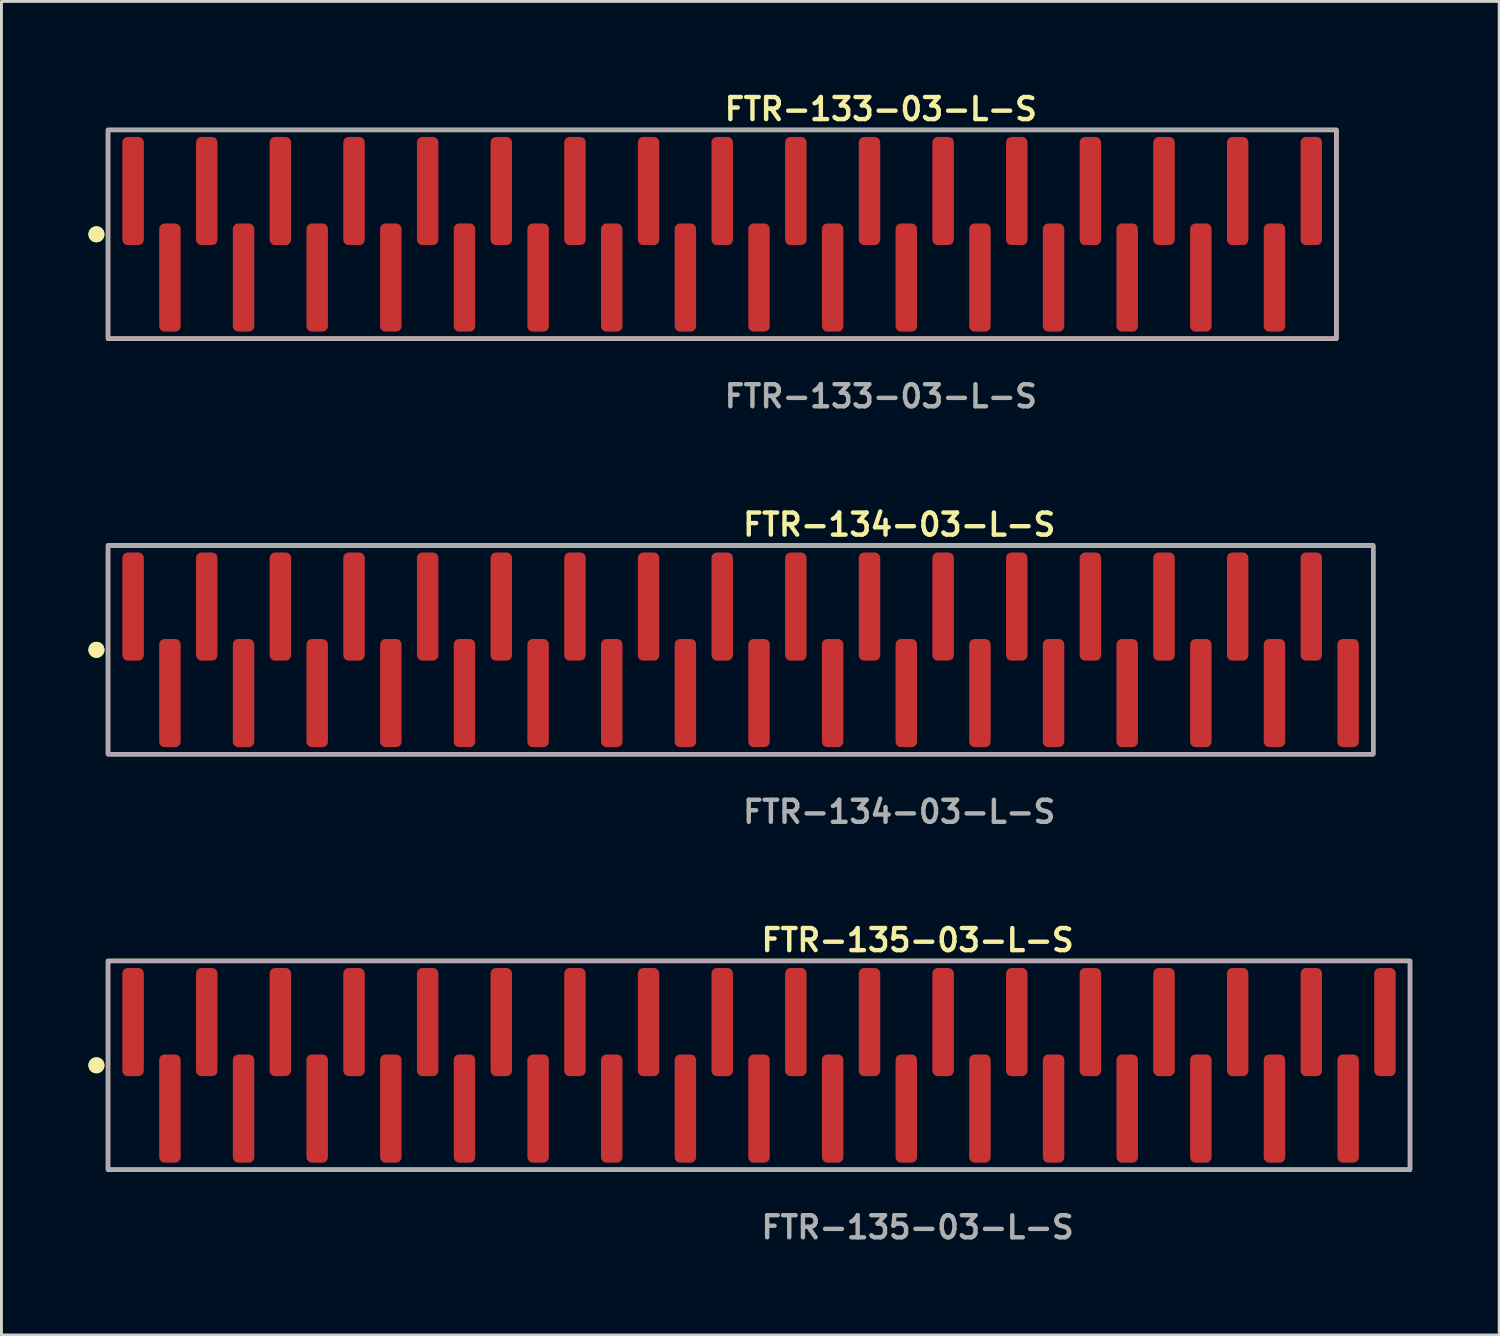
<source format=kicad_pcb>
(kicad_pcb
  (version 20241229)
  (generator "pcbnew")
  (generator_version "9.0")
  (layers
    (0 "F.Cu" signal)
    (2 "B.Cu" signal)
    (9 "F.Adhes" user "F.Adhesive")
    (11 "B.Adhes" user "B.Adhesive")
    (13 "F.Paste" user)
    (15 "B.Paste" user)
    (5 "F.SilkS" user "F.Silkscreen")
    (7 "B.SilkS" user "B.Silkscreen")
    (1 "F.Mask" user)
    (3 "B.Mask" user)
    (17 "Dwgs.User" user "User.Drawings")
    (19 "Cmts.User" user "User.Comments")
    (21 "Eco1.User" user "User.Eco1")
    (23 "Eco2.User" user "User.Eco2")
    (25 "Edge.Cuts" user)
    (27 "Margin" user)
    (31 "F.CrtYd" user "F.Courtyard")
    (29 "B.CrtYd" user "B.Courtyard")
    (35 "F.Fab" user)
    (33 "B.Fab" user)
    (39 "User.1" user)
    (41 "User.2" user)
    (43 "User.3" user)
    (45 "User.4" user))
  (footprint "FTR-135-03-L-S"
    (layer "F.Cu")
    (at 23.131 33.696)
    (property "Reference" "FTR-135-03-L-S" (at 0 -4.318 0) (unlocked yes) (layer "F.SilkS") (effects (font (size 0.762 0.762) (thickness 0.152)) (justify left)))
    (fp_rect (start -22.455 3.6) (end 22.455 -3.6) (stroke (width 0.152) (type solid)) (fill no) (layer "F.SilkS"))
    (fp_circle (center -22.855 0) (end -23.055 0) (stroke (width 0.152) (type solid)) (fill yes) (layer "F.SilkS"))
    (fp_circle (center -22.855 0) (end -23.055 0) (stroke (width 0.152) (type solid)) (fill yes) (layer "F.SilkS"))
    (fp_rect (start -22.455 3.6) (end 22.455 -3.6) (stroke (width 0.006) (type solid)) (fill no) (layer "F.CrtYd"))
    (fp_rect (start -22.455 3.6) (end 22.455 -3.6) (stroke (width 0.152) (type solid)) (fill no) (layer "F.Fab"))
    (fp_text user "${REFERENCE}" (at 0 5.588 0) (unlocked yes) (layer "F.Fab") (effects (font (size 0.762 0.762) (thickness 0.152)) (justify left)))
    (pad "1" smd roundrect (at -21.59 -1.492) (size 0.74 3.73) (layers "F.Cu" "F.Paste") (roundrect_rratio 0.25))
    (pad "2" smd roundrect (at -20.32 1.492) (size 0.74 3.73) (layers "F.Cu" "F.Paste") (roundrect_rratio 0.25))
    (pad "3" smd roundrect (at -19.05 -1.492) (size 0.74 3.73) (layers "F.Cu" "F.Paste") (roundrect_rratio 0.25))
    (pad "4" smd roundrect (at -17.78 1.492) (size 0.74 3.73) (layers "F.Cu" "F.Paste") (roundrect_rratio 0.25))
    (pad "5" smd roundrect (at -16.51 -1.492) (size 0.74 3.73) (layers "F.Cu" "F.Paste") (roundrect_rratio 0.25))
    (pad "6" smd roundrect (at -15.24 1.492) (size 0.74 3.73) (layers "F.Cu" "F.Paste") (roundrect_rratio 0.25))
    (pad "7" smd roundrect (at -13.97 -1.492) (size 0.74 3.73) (layers "F.Cu" "F.Paste") (roundrect_rratio 0.25))
    (pad "8" smd roundrect (at -12.7 1.492) (size 0.74 3.73) (layers "F.Cu" "F.Paste") (roundrect_rratio 0.25))
    (pad "9" smd roundrect (at -11.43 -1.492) (size 0.74 3.73) (layers "F.Cu" "F.Paste") (roundrect_rratio 0.25))
    (pad "10" smd roundrect (at -10.16 1.492) (size 0.74 3.73) (layers "F.Cu" "F.Paste") (roundrect_rratio 0.25))
    (pad "11" smd roundrect (at -8.89 -1.492) (size 0.74 3.73) (layers "F.Cu" "F.Paste") (roundrect_rratio 0.25))
    (pad "12" smd roundrect (at -7.62 1.492) (size 0.74 3.73) (layers "F.Cu" "F.Paste") (roundrect_rratio 0.25))
    (pad "13" smd roundrect (at -6.35 -1.492) (size 0.74 3.73) (layers "F.Cu" "F.Paste") (roundrect_rratio 0.25))
    (pad "14" smd roundrect (at -5.08 1.492) (size 0.74 3.73) (layers "F.Cu" "F.Paste") (roundrect_rratio 0.25))
    (pad "15" smd roundrect (at -3.81 -1.492) (size 0.74 3.73) (layers "F.Cu" "F.Paste") (roundrect_rratio 0.25))
    (pad "16" smd roundrect (at -2.54 1.492) (size 0.74 3.73) (layers "F.Cu" "F.Paste") (roundrect_rratio 0.25))
    (pad "17" smd roundrect (at -1.27 -1.492) (size 0.74 3.73) (layers "F.Cu" "F.Paste") (roundrect_rratio 0.25))
    (pad "18" smd roundrect (at 0 1.492) (size 0.74 3.73) (layers "F.Cu" "F.Paste") (roundrect_rratio 0.25))
    (pad "19" smd roundrect (at 1.27 -1.492) (size 0.74 3.73) (layers "F.Cu" "F.Paste") (roundrect_rratio 0.25))
    (pad "20" smd roundrect (at 2.54 1.492) (size 0.74 3.73) (layers "F.Cu" "F.Paste") (roundrect_rratio 0.25))
    (pad "21" smd roundrect (at 3.81 -1.492) (size 0.74 3.73) (layers "F.Cu" "F.Paste") (roundrect_rratio 0.25))
    (pad "22" smd roundrect (at 5.08 1.492) (size 0.74 3.73) (layers "F.Cu" "F.Paste") (roundrect_rratio 0.25))
    (pad "23" smd roundrect (at 6.35 -1.492) (size 0.74 3.73) (layers "F.Cu" "F.Paste") (roundrect_rratio 0.25))
    (pad "24" smd roundrect (at 7.62 1.492) (size 0.74 3.73) (layers "F.Cu" "F.Paste") (roundrect_rratio 0.25))
    (pad "25" smd roundrect (at 8.89 -1.492) (size 0.74 3.73) (layers "F.Cu" "F.Paste") (roundrect_rratio 0.25))
    (pad "26" smd roundrect (at 10.16 1.492) (size 0.74 3.73) (layers "F.Cu" "F.Paste") (roundrect_rratio 0.25))
    (pad "27" smd roundrect (at 11.43 -1.492) (size 0.74 3.73) (layers "F.Cu" "F.Paste") (roundrect_rratio 0.25))
    (pad "28" smd roundrect (at 12.7 1.492) (size 0.74 3.73) (layers "F.Cu" "F.Paste") (roundrect_rratio 0.25))
    (pad "29" smd roundrect (at 13.97 -1.492) (size 0.74 3.73) (layers "F.Cu" "F.Paste") (roundrect_rratio 0.25))
    (pad "30" smd roundrect (at 15.24 1.492) (size 0.74 3.73) (layers "F.Cu" "F.Paste") (roundrect_rratio 0.25))
    (pad "31" smd roundrect (at 16.51 -1.492) (size 0.74 3.73) (layers "F.Cu" "F.Paste") (roundrect_rratio 0.25))
    (pad "32" smd roundrect (at 17.78 1.492) (size 0.74 3.73) (layers "F.Cu" "F.Paste") (roundrect_rratio 0.25))
    (pad "33" smd roundrect (at 19.05 -1.492) (size 0.74 3.73) (layers "F.Cu" "F.Paste") (roundrect_rratio 0.25))
    (pad "34" smd roundrect (at 20.32 1.492) (size 0.74 3.73) (layers "F.Cu" "F.Paste") (roundrect_rratio 0.25))
    (pad "35" smd roundrect (at 21.59 -1.492) (size 0.74 3.73) (layers "F.Cu" "F.Paste") (roundrect_rratio 0.25)))
  (footprint "FTR-134-03-L-S"
    (layer "F.Cu")
    (at 22.496 19.364)
    (property "Reference" "FTR-134-03-L-S" (at 0 -4.318 0) (unlocked yes) (layer "F.SilkS") (effects (font (size 0.762 0.762) (thickness 0.152)) (justify left)))
    (fp_rect (start -21.82 3.6) (end 21.82 -3.6) (stroke (width 0.152) (type solid)) (fill no) (layer "F.SilkS"))
    (fp_circle (center -22.22 0) (end -22.42 0) (stroke (width 0.152) (type solid)) (fill yes) (layer "F.SilkS"))
    (fp_circle (center -22.22 0) (end -22.42 0) (stroke (width 0.152) (type solid)) (fill yes) (layer "F.SilkS"))
    (fp_rect (start -21.82 3.6) (end 21.82 -3.6) (stroke (width 0.006) (type solid)) (fill no) (layer "F.CrtYd"))
    (fp_rect (start -21.82 3.6) (end 21.82 -3.6) (stroke (width 0.152) (type solid)) (fill no) (layer "F.Fab"))
    (fp_text user "${REFERENCE}" (at 0 5.588 0) (unlocked yes) (layer "F.Fab") (effects (font (size 0.762 0.762) (thickness 0.152)) (justify left)))
    (pad "1" smd roundrect (at -20.955 -1.492) (size 0.74 3.73) (layers "F.Cu" "F.Paste") (roundrect_rratio 0.25))
    (pad "2" smd roundrect (at -19.685 1.492) (size 0.74 3.73) (layers "F.Cu" "F.Paste") (roundrect_rratio 0.25))
    (pad "3" smd roundrect (at -18.415 -1.492) (size 0.74 3.73) (layers "F.Cu" "F.Paste") (roundrect_rratio 0.25))
    (pad "4" smd roundrect (at -17.145 1.492) (size 0.74 3.73) (layers "F.Cu" "F.Paste") (roundrect_rratio 0.25))
    (pad "5" smd roundrect (at -15.875 -1.492) (size 0.74 3.73) (layers "F.Cu" "F.Paste") (roundrect_rratio 0.25))
    (pad "6" smd roundrect (at -14.605 1.492) (size 0.74 3.73) (layers "F.Cu" "F.Paste") (roundrect_rratio 0.25))
    (pad "7" smd roundrect (at -13.335 -1.492) (size 0.74 3.73) (layers "F.Cu" "F.Paste") (roundrect_rratio 0.25))
    (pad "8" smd roundrect (at -12.065 1.492) (size 0.74 3.73) (layers "F.Cu" "F.Paste") (roundrect_rratio 0.25))
    (pad "9" smd roundrect (at -10.795 -1.492) (size 0.74 3.73) (layers "F.Cu" "F.Paste") (roundrect_rratio 0.25))
    (pad "10" smd roundrect (at -9.525 1.492) (size 0.74 3.73) (layers "F.Cu" "F.Paste") (roundrect_rratio 0.25))
    (pad "11" smd roundrect (at -8.255 -1.492) (size 0.74 3.73) (layers "F.Cu" "F.Paste") (roundrect_rratio 0.25))
    (pad "12" smd roundrect (at -6.985 1.492) (size 0.74 3.73) (layers "F.Cu" "F.Paste") (roundrect_rratio 0.25))
    (pad "13" smd roundrect (at -5.715 -1.492) (size 0.74 3.73) (layers "F.Cu" "F.Paste") (roundrect_rratio 0.25))
    (pad "14" smd roundrect (at -4.445 1.492) (size 0.74 3.73) (layers "F.Cu" "F.Paste") (roundrect_rratio 0.25))
    (pad "15" smd roundrect (at -3.175 -1.492) (size 0.74 3.73) (layers "F.Cu" "F.Paste") (roundrect_rratio 0.25))
    (pad "16" smd roundrect (at -1.905 1.492) (size 0.74 3.73) (layers "F.Cu" "F.Paste") (roundrect_rratio 0.25))
    (pad "17" smd roundrect (at -0.635 -1.492) (size 0.74 3.73) (layers "F.Cu" "F.Paste") (roundrect_rratio 0.25))
    (pad "18" smd roundrect (at 0.635 1.492) (size 0.74 3.73) (layers "F.Cu" "F.Paste") (roundrect_rratio 0.25))
    (pad "19" smd roundrect (at 1.905 -1.492) (size 0.74 3.73) (layers "F.Cu" "F.Paste") (roundrect_rratio 0.25))
    (pad "20" smd roundrect (at 3.175 1.492) (size 0.74 3.73) (layers "F.Cu" "F.Paste") (roundrect_rratio 0.25))
    (pad "21" smd roundrect (at 4.445 -1.492) (size 0.74 3.73) (layers "F.Cu" "F.Paste") (roundrect_rratio 0.25))
    (pad "22" smd roundrect (at 5.715 1.492) (size 0.74 3.73) (layers "F.Cu" "F.Paste") (roundrect_rratio 0.25))
    (pad "23" smd roundrect (at 6.985 -1.492) (size 0.74 3.73) (layers "F.Cu" "F.Paste") (roundrect_rratio 0.25))
    (pad "24" smd roundrect (at 8.255 1.492) (size 0.74 3.73) (layers "F.Cu" "F.Paste") (roundrect_rratio 0.25))
    (pad "25" smd roundrect (at 9.525 -1.492) (size 0.74 3.73) (layers "F.Cu" "F.Paste") (roundrect_rratio 0.25))
    (pad "26" smd roundrect (at 10.795 1.492) (size 0.74 3.73) (layers "F.Cu" "F.Paste") (roundrect_rratio 0.25))
    (pad "27" smd roundrect (at 12.065 -1.492) (size 0.74 3.73) (layers "F.Cu" "F.Paste") (roundrect_rratio 0.25))
    (pad "28" smd roundrect (at 13.335 1.492) (size 0.74 3.73) (layers "F.Cu" "F.Paste") (roundrect_rratio 0.25))
    (pad "29" smd roundrect (at 14.605 -1.492) (size 0.74 3.73) (layers "F.Cu" "F.Paste") (roundrect_rratio 0.25))
    (pad "30" smd roundrect (at 15.875 1.492) (size 0.74 3.73) (layers "F.Cu" "F.Paste") (roundrect_rratio 0.25))
    (pad "31" smd roundrect (at 17.145 -1.492) (size 0.74 3.73) (layers "F.Cu" "F.Paste") (roundrect_rratio 0.25))
    (pad "32" smd roundrect (at 18.415 1.492) (size 0.74 3.73) (layers "F.Cu" "F.Paste") (roundrect_rratio 0.25))
    (pad "33" smd roundrect (at 19.685 -1.492) (size 0.74 3.73) (layers "F.Cu" "F.Paste") (roundrect_rratio 0.25))
    (pad "34" smd roundrect (at 20.955 1.492) (size 0.74 3.73) (layers "F.Cu" "F.Paste") (roundrect_rratio 0.25)))
  (footprint "FTR-133-03-L-S"
    (layer "F.Cu")
    (at 21.861 5.031)
    (property "Reference" "FTR-133-03-L-S" (at 0 -4.318 0) (unlocked yes) (layer "F.SilkS") (effects (font (size 0.762 0.762) (thickness 0.152)) (justify left)))
    (fp_rect (start -21.185 3.6) (end 21.185 -3.6) (stroke (width 0.152) (type solid)) (fill no) (layer "F.SilkS"))
    (fp_circle (center -21.585 0) (end -21.785 0) (stroke (width 0.152) (type solid)) (fill yes) (layer "F.SilkS"))
    (fp_circle (center -21.585 0) (end -21.785 0) (stroke (width 0.152) (type solid)) (fill yes) (layer "F.SilkS"))
    (fp_rect (start -21.185 3.6) (end 21.185 -3.6) (stroke (width 0.006) (type solid)) (fill no) (layer "F.CrtYd"))
    (fp_rect (start -21.185 3.6) (end 21.185 -3.6) (stroke (width 0.152) (type solid)) (fill no) (layer "F.Fab"))
    (fp_text user "${REFERENCE}" (at 0 5.588 0) (unlocked yes) (layer "F.Fab") (effects (font (size 0.762 0.762) (thickness 0.152)) (justify left)))
    (pad "1" smd roundrect (at -20.32 -1.492) (size 0.74 3.73) (layers "F.Cu" "F.Paste") (roundrect_rratio 0.25))
    (pad "2" smd roundrect (at -19.05 1.492) (size 0.74 3.73) (layers "F.Cu" "F.Paste") (roundrect_rratio 0.25))
    (pad "3" smd roundrect (at -17.78 -1.492) (size 0.74 3.73) (layers "F.Cu" "F.Paste") (roundrect_rratio 0.25))
    (pad "4" smd roundrect (at -16.51 1.492) (size 0.74 3.73) (layers "F.Cu" "F.Paste") (roundrect_rratio 0.25))
    (pad "5" smd roundrect (at -15.24 -1.492) (size 0.74 3.73) (layers "F.Cu" "F.Paste") (roundrect_rratio 0.25))
    (pad "6" smd roundrect (at -13.97 1.492) (size 0.74 3.73) (layers "F.Cu" "F.Paste") (roundrect_rratio 0.25))
    (pad "7" smd roundrect (at -12.7 -1.492) (size 0.74 3.73) (layers "F.Cu" "F.Paste") (roundrect_rratio 0.25))
    (pad "8" smd roundrect (at -11.43 1.492) (size 0.74 3.73) (layers "F.Cu" "F.Paste") (roundrect_rratio 0.25))
    (pad "9" smd roundrect (at -10.16 -1.492) (size 0.74 3.73) (layers "F.Cu" "F.Paste") (roundrect_rratio 0.25))
    (pad "10" smd roundrect (at -8.89 1.492) (size 0.74 3.73) (layers "F.Cu" "F.Paste") (roundrect_rratio 0.25))
    (pad "11" smd roundrect (at -7.62 -1.492) (size 0.74 3.73) (layers "F.Cu" "F.Paste") (roundrect_rratio 0.25))
    (pad "12" smd roundrect (at -6.35 1.492) (size 0.74 3.73) (layers "F.Cu" "F.Paste") (roundrect_rratio 0.25))
    (pad "13" smd roundrect (at -5.08 -1.492) (size 0.74 3.73) (layers "F.Cu" "F.Paste") (roundrect_rratio 0.25))
    (pad "14" smd roundrect (at -3.81 1.492) (size 0.74 3.73) (layers "F.Cu" "F.Paste") (roundrect_rratio 0.25))
    (pad "15" smd roundrect (at -2.54 -1.492) (size 0.74 3.73) (layers "F.Cu" "F.Paste") (roundrect_rratio 0.25))
    (pad "16" smd roundrect (at -1.27 1.492) (size 0.74 3.73) (layers "F.Cu" "F.Paste") (roundrect_rratio 0.25))
    (pad "17" smd roundrect (at 0 -1.492) (size 0.74 3.73) (layers "F.Cu" "F.Paste") (roundrect_rratio 0.25))
    (pad "18" smd roundrect (at 1.27 1.492) (size 0.74 3.73) (layers "F.Cu" "F.Paste") (roundrect_rratio 0.25))
    (pad "19" smd roundrect (at 2.54 -1.492) (size 0.74 3.73) (layers "F.Cu" "F.Paste") (roundrect_rratio 0.25))
    (pad "20" smd roundrect (at 3.81 1.492) (size 0.74 3.73) (layers "F.Cu" "F.Paste") (roundrect_rratio 0.25))
    (pad "21" smd roundrect (at 5.08 -1.492) (size 0.74 3.73) (layers "F.Cu" "F.Paste") (roundrect_rratio 0.25))
    (pad "22" smd roundrect (at 6.35 1.492) (size 0.74 3.73) (layers "F.Cu" "F.Paste") (roundrect_rratio 0.25))
    (pad "23" smd roundrect (at 7.62 -1.492) (size 0.74 3.73) (layers "F.Cu" "F.Paste") (roundrect_rratio 0.25))
    (pad "24" smd roundrect (at 8.89 1.492) (size 0.74 3.73) (layers "F.Cu" "F.Paste") (roundrect_rratio 0.25))
    (pad "25" smd roundrect (at 10.16 -1.492) (size 0.74 3.73) (layers "F.Cu" "F.Paste") (roundrect_rratio 0.25))
    (pad "26" smd roundrect (at 11.43 1.492) (size 0.74 3.73) (layers "F.Cu" "F.Paste") (roundrect_rratio 0.25))
    (pad "27" smd roundrect (at 12.7 -1.492) (size 0.74 3.73) (layers "F.Cu" "F.Paste") (roundrect_rratio 0.25))
    (pad "28" smd roundrect (at 13.97 1.492) (size 0.74 3.73) (layers "F.Cu" "F.Paste") (roundrect_rratio 0.25))
    (pad "29" smd roundrect (at 15.24 -1.492) (size 0.74 3.73) (layers "F.Cu" "F.Paste") (roundrect_rratio 0.25))
    (pad "30" smd roundrect (at 16.51 1.492) (size 0.74 3.73) (layers "F.Cu" "F.Paste") (roundrect_rratio 0.25))
    (pad "31" smd roundrect (at 17.78 -1.492) (size 0.74 3.73) (layers "F.Cu" "F.Paste") (roundrect_rratio 0.25))
    (pad "32" smd roundrect (at 19.05 1.492) (size 0.74 3.73) (layers "F.Cu" "F.Paste") (roundrect_rratio 0.25))
    (pad "33" smd roundrect (at 20.32 -1.492) (size 0.74 3.73) (layers "F.Cu" "F.Paste") (roundrect_rratio 0.25)))
  (gr_rect
    (start -3 -3)
    (end 48.662 42.997)
    (stroke (width 0.1) (type default))
    (fill no)
    (layer "Edge.Cuts")))
</source>
